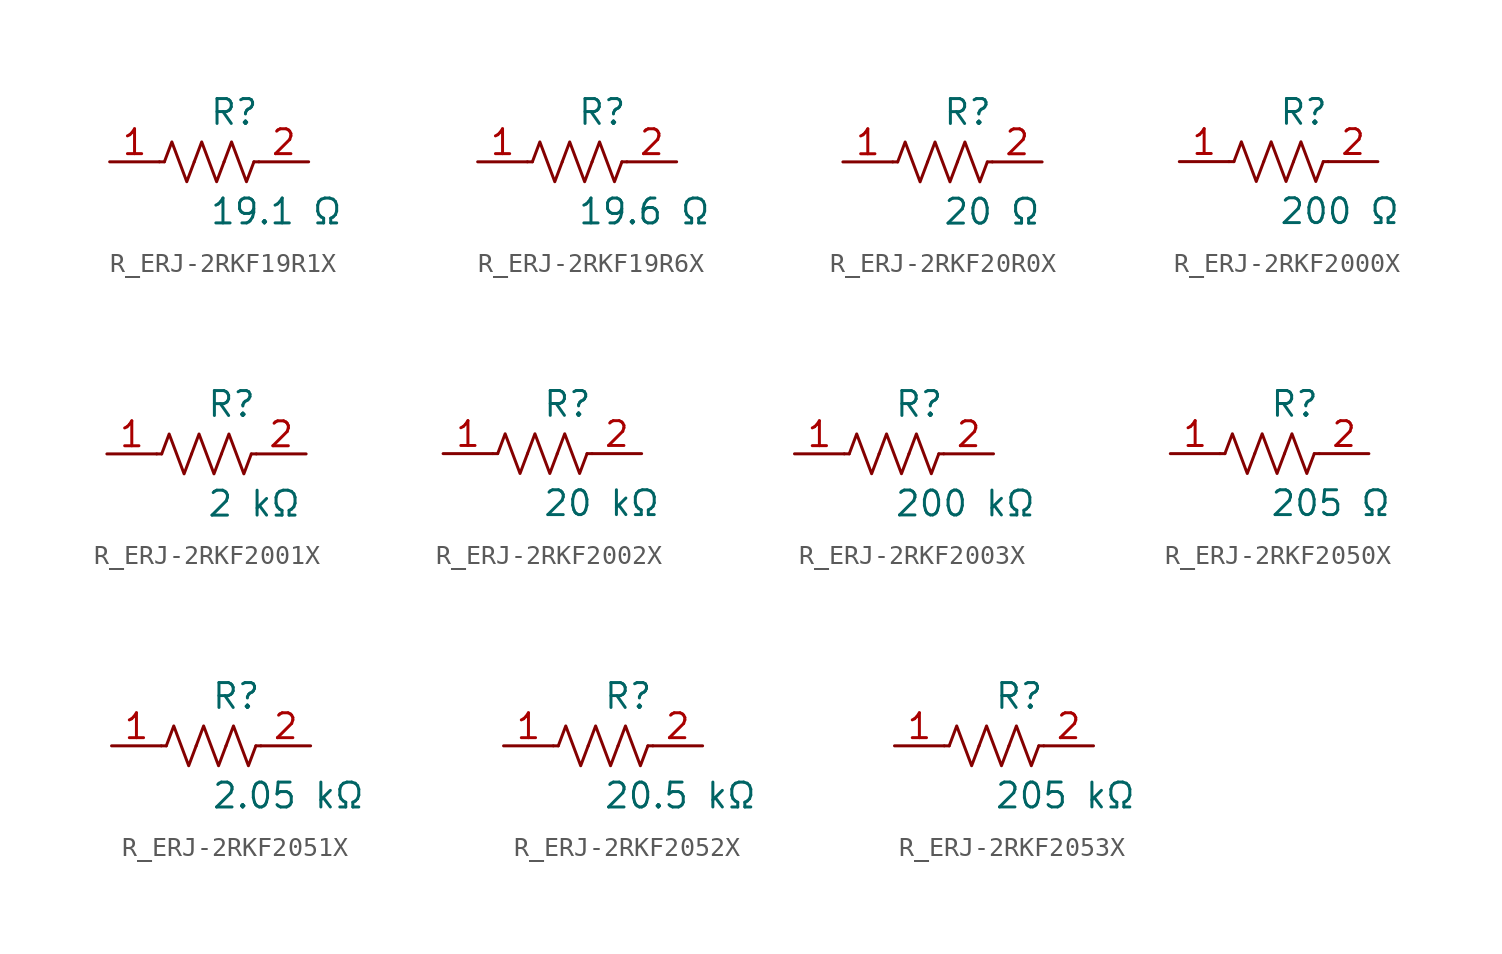
<source format=kicad_sym>
(kicad_symbol_lib
  (version 20231120)
  (generator kicad_symbol_editor)
  (generator_version 8.0)
  (symbol "R_ERJ-2RKF19R1X"
    (pin_names
      (offset 0.254))
    (property "Reference" "R"
      (at 0 2.54 0)
      (effects (font (size 1.27 1.27)) (justify left)))
    (property "Value" "19.1 Ω"
      (at 0 -2.54 0)
      (effects (font (size 1.27 1.27)) (justify left)))
    (symbol "R_ERJ-2RKF19R1X_0_1"
      (polyline (pts (xy 2.286 0) (xy 2.54 0)) (stroke (width 0) (type default)) (fill (type none)))
      (polyline (pts (xy -2.286 0) (xy -2.54 0)) (stroke (width 0) (type default)) (fill (type none)))
      (polyline (pts (xy 0.762 0) (xy 1.143 1.016) (xy 1.524 0) (xy 1.905 -1.016) (xy 2.286 0)) (stroke (width 0) (type default)) (fill (type none)))
      (polyline (pts (xy -0.762 0) (xy -0.381 1.016) (xy 0 0) (xy 0.381 -1.016) (xy 0.762 0)) (stroke (width 0) (type default)) (fill (type none)))
      (polyline (pts (xy -2.286 0) (xy -1.905 1.016) (xy -1.524 0) (xy -1.143 -1.016) (xy -0.762 0)) (stroke (width 0) (type default)) (fill (type none))))
    (pin unspecified line
      (at -5.08 0 0)
      (length 2.54)
      (name "" (effects (font (size 1.27 1.27))))
      (number "1" (effects (font (size 1.27 1.27)))))
    (pin unspecified line
      (at 5.08 0 180)
      (length 2.54)
      (name "" (effects (font (size 1.27 1.27))))
      (number "2" (effects (font (size 1.27 1.27))))))
  (symbol "R_ERJ-2RKF19R6X"
    (pin_names
      (offset 0.254))
    (property "Reference" "R"
      (at 0 2.54 0)
      (effects (font (size 1.27 1.27)) (justify left)))
    (property "Value" "19.6 Ω"
      (at 0 -2.54 0)
      (effects (font (size 1.27 1.27)) (justify left)))
    (symbol "R_ERJ-2RKF19R6X_0_1"
      (polyline (pts (xy 2.286 0) (xy 2.54 0)) (stroke (width 0) (type default)) (fill (type none)))
      (polyline (pts (xy -2.286 0) (xy -2.54 0)) (stroke (width 0) (type default)) (fill (type none)))
      (polyline (pts (xy 0.762 0) (xy 1.143 1.016) (xy 1.524 0) (xy 1.905 -1.016) (xy 2.286 0)) (stroke (width 0) (type default)) (fill (type none)))
      (polyline (pts (xy -0.762 0) (xy -0.381 1.016) (xy 0 0) (xy 0.381 -1.016) (xy 0.762 0)) (stroke (width 0) (type default)) (fill (type none)))
      (polyline (pts (xy -2.286 0) (xy -1.905 1.016) (xy -1.524 0) (xy -1.143 -1.016) (xy -0.762 0)) (stroke (width 0) (type default)) (fill (type none))))
    (pin unspecified line
      (at -5.08 0 0)
      (length 2.54)
      (name "" (effects (font (size 1.27 1.27))))
      (number "1" (effects (font (size 1.27 1.27)))))
    (pin unspecified line
      (at 5.08 0 180)
      (length 2.54)
      (name "" (effects (font (size 1.27 1.27))))
      (number "2" (effects (font (size 1.27 1.27))))))
  (symbol "R_ERJ-2RKF20R0X"
    (pin_names
      (offset 0.254))
    (property "Reference" "R"
      (at 0 2.54 0)
      (effects (font (size 1.27 1.27)) (justify left)))
    (property "Value" "20 Ω"
      (at 0 -2.54 0)
      (effects (font (size 1.27 1.27)) (justify left)))
    (symbol "R_ERJ-2RKF20R0X_0_1"
      (polyline (pts (xy 2.286 0) (xy 2.54 0)) (stroke (width 0) (type default)) (fill (type none)))
      (polyline (pts (xy -2.286 0) (xy -2.54 0)) (stroke (width 0) (type default)) (fill (type none)))
      (polyline (pts (xy 0.762 0) (xy 1.143 1.016) (xy 1.524 0) (xy 1.905 -1.016) (xy 2.286 0)) (stroke (width 0) (type default)) (fill (type none)))
      (polyline (pts (xy -0.762 0) (xy -0.381 1.016) (xy 0 0) (xy 0.381 -1.016) (xy 0.762 0)) (stroke (width 0) (type default)) (fill (type none)))
      (polyline (pts (xy -2.286 0) (xy -1.905 1.016) (xy -1.524 0) (xy -1.143 -1.016) (xy -0.762 0)) (stroke (width 0) (type default)) (fill (type none))))
    (pin unspecified line
      (at -5.08 0 0)
      (length 2.54)
      (name "" (effects (font (size 1.27 1.27))))
      (number "1" (effects (font (size 1.27 1.27)))))
    (pin unspecified line
      (at 5.08 0 180)
      (length 2.54)
      (name "" (effects (font (size 1.27 1.27))))
      (number "2" (effects (font (size 1.27 1.27))))))
  (symbol "R_ERJ-2RKF2000X"
    (pin_names
      (offset 0.254))
    (property "Reference" "R"
      (at 0 2.54 0)
      (effects (font (size 1.27 1.27)) (justify left)))
    (property "Value" "200 Ω"
      (at 0 -2.54 0)
      (effects (font (size 1.27 1.27)) (justify left)))
    (symbol "R_ERJ-2RKF2000X_0_1"
      (polyline (pts (xy 2.286 0) (xy 2.54 0)) (stroke (width 0) (type default)) (fill (type none)))
      (polyline (pts (xy -2.286 0) (xy -2.54 0)) (stroke (width 0) (type default)) (fill (type none)))
      (polyline (pts (xy 0.762 0) (xy 1.143 1.016) (xy 1.524 0) (xy 1.905 -1.016) (xy 2.286 0)) (stroke (width 0) (type default)) (fill (type none)))
      (polyline (pts (xy -0.762 0) (xy -0.381 1.016) (xy 0 0) (xy 0.381 -1.016) (xy 0.762 0)) (stroke (width 0) (type default)) (fill (type none)))
      (polyline (pts (xy -2.286 0) (xy -1.905 1.016) (xy -1.524 0) (xy -1.143 -1.016) (xy -0.762 0)) (stroke (width 0) (type default)) (fill (type none))))
    (pin unspecified line
      (at -5.08 0 0)
      (length 2.54)
      (name "" (effects (font (size 1.27 1.27))))
      (number "1" (effects (font (size 1.27 1.27)))))
    (pin unspecified line
      (at 5.08 0 180)
      (length 2.54)
      (name "" (effects (font (size 1.27 1.27))))
      (number "2" (effects (font (size 1.27 1.27))))))
  (symbol "R_ERJ-2RKF2001X"
    (pin_names
      (offset 0.254))
    (property "Reference" "R"
      (at 0 2.54 0)
      (effects (font (size 1.27 1.27)) (justify left)))
    (property "Value" "2 kΩ"
      (at 0 -2.54 0)
      (effects (font (size 1.27 1.27)) (justify left)))
    (symbol "R_ERJ-2RKF2001X_0_1"
      (polyline (pts (xy 2.286 0) (xy 2.54 0)) (stroke (width 0) (type default)) (fill (type none)))
      (polyline (pts (xy -2.286 0) (xy -2.54 0)) (stroke (width 0) (type default)) (fill (type none)))
      (polyline (pts (xy 0.762 0) (xy 1.143 1.016) (xy 1.524 0) (xy 1.905 -1.016) (xy 2.286 0)) (stroke (width 0) (type default)) (fill (type none)))
      (polyline (pts (xy -0.762 0) (xy -0.381 1.016) (xy 0 0) (xy 0.381 -1.016) (xy 0.762 0)) (stroke (width 0) (type default)) (fill (type none)))
      (polyline (pts (xy -2.286 0) (xy -1.905 1.016) (xy -1.524 0) (xy -1.143 -1.016) (xy -0.762 0)) (stroke (width 0) (type default)) (fill (type none))))
    (pin unspecified line
      (at -5.08 0 0)
      (length 2.54)
      (name "" (effects (font (size 1.27 1.27))))
      (number "1" (effects (font (size 1.27 1.27)))))
    (pin unspecified line
      (at 5.08 0 180)
      (length 2.54)
      (name "" (effects (font (size 1.27 1.27))))
      (number "2" (effects (font (size 1.27 1.27))))))
  (symbol "R_ERJ-2RKF2002X"
    (pin_names
      (offset 0.254))
    (property "Reference" "R"
      (at 0 2.54 0)
      (effects (font (size 1.27 1.27)) (justify left)))
    (property "Value" "20 kΩ"
      (at 0 -2.54 0)
      (effects (font (size 1.27 1.27)) (justify left)))
    (symbol "R_ERJ-2RKF2002X_0_1"
      (polyline (pts (xy 2.286 0) (xy 2.54 0)) (stroke (width 0) (type default)) (fill (type none)))
      (polyline (pts (xy -2.286 0) (xy -2.54 0)) (stroke (width 0) (type default)) (fill (type none)))
      (polyline (pts (xy 0.762 0) (xy 1.143 1.016) (xy 1.524 0) (xy 1.905 -1.016) (xy 2.286 0)) (stroke (width 0) (type default)) (fill (type none)))
      (polyline (pts (xy -0.762 0) (xy -0.381 1.016) (xy 0 0) (xy 0.381 -1.016) (xy 0.762 0)) (stroke (width 0) (type default)) (fill (type none)))
      (polyline (pts (xy -2.286 0) (xy -1.905 1.016) (xy -1.524 0) (xy -1.143 -1.016) (xy -0.762 0)) (stroke (width 0) (type default)) (fill (type none))))
    (pin unspecified line
      (at -5.08 0 0)
      (length 2.54)
      (name "" (effects (font (size 1.27 1.27))))
      (number "1" (effects (font (size 1.27 1.27)))))
    (pin unspecified line
      (at 5.08 0 180)
      (length 2.54)
      (name "" (effects (font (size 1.27 1.27))))
      (number "2" (effects (font (size 1.27 1.27))))))
  (symbol "R_ERJ-2RKF2003X"
    (pin_names
      (offset 0.254))
    (property "Reference" "R"
      (at 0 2.54 0)
      (effects (font (size 1.27 1.27)) (justify left)))
    (property "Value" "200 kΩ"
      (at 0 -2.54 0)
      (effects (font (size 1.27 1.27)) (justify left)))
    (symbol "R_ERJ-2RKF2003X_0_1"
      (polyline (pts (xy 2.286 0) (xy 2.54 0)) (stroke (width 0) (type default)) (fill (type none)))
      (polyline (pts (xy -2.286 0) (xy -2.54 0)) (stroke (width 0) (type default)) (fill (type none)))
      (polyline (pts (xy 0.762 0) (xy 1.143 1.016) (xy 1.524 0) (xy 1.905 -1.016) (xy 2.286 0)) (stroke (width 0) (type default)) (fill (type none)))
      (polyline (pts (xy -0.762 0) (xy -0.381 1.016) (xy 0 0) (xy 0.381 -1.016) (xy 0.762 0)) (stroke (width 0) (type default)) (fill (type none)))
      (polyline (pts (xy -2.286 0) (xy -1.905 1.016) (xy -1.524 0) (xy -1.143 -1.016) (xy -0.762 0)) (stroke (width 0) (type default)) (fill (type none))))
    (pin unspecified line
      (at -5.08 0 0)
      (length 2.54)
      (name "" (effects (font (size 1.27 1.27))))
      (number "1" (effects (font (size 1.27 1.27)))))
    (pin unspecified line
      (at 5.08 0 180)
      (length 2.54)
      (name "" (effects (font (size 1.27 1.27))))
      (number "2" (effects (font (size 1.27 1.27))))))
  (symbol "R_ERJ-2RKF2050X"
    (pin_names
      (offset 0.254))
    (property "Reference" "R"
      (at 0 2.54 0)
      (effects (font (size 1.27 1.27)) (justify left)))
    (property "Value" "205 Ω"
      (at 0 -2.54 0)
      (effects (font (size 1.27 1.27)) (justify left)))
    (symbol "R_ERJ-2RKF2050X_0_1"
      (polyline (pts (xy 2.286 0) (xy 2.54 0)) (stroke (width 0) (type default)) (fill (type none)))
      (polyline (pts (xy -2.286 0) (xy -2.54 0)) (stroke (width 0) (type default)) (fill (type none)))
      (polyline (pts (xy 0.762 0) (xy 1.143 1.016) (xy 1.524 0) (xy 1.905 -1.016) (xy 2.286 0)) (stroke (width 0) (type default)) (fill (type none)))
      (polyline (pts (xy -0.762 0) (xy -0.381 1.016) (xy 0 0) (xy 0.381 -1.016) (xy 0.762 0)) (stroke (width 0) (type default)) (fill (type none)))
      (polyline (pts (xy -2.286 0) (xy -1.905 1.016) (xy -1.524 0) (xy -1.143 -1.016) (xy -0.762 0)) (stroke (width 0) (type default)) (fill (type none))))
    (pin unspecified line
      (at -5.08 0 0)
      (length 2.54)
      (name "" (effects (font (size 1.27 1.27))))
      (number "1" (effects (font (size 1.27 1.27)))))
    (pin unspecified line
      (at 5.08 0 180)
      (length 2.54)
      (name "" (effects (font (size 1.27 1.27))))
      (number "2" (effects (font (size 1.27 1.27))))))
  (symbol "R_ERJ-2RKF2051X"
    (pin_names
      (offset 0.254))
    (property "Reference" "R"
      (at 0 2.54 0)
      (effects (font (size 1.27 1.27)) (justify left)))
    (property "Value" "2.05 kΩ"
      (at 0 -2.54 0)
      (effects (font (size 1.27 1.27)) (justify left)))
    (symbol "R_ERJ-2RKF2051X_0_1"
      (polyline (pts (xy 2.286 0) (xy 2.54 0)) (stroke (width 0) (type default)) (fill (type none)))
      (polyline (pts (xy -2.286 0) (xy -2.54 0)) (stroke (width 0) (type default)) (fill (type none)))
      (polyline (pts (xy 0.762 0) (xy 1.143 1.016) (xy 1.524 0) (xy 1.905 -1.016) (xy 2.286 0)) (stroke (width 0) (type default)) (fill (type none)))
      (polyline (pts (xy -0.762 0) (xy -0.381 1.016) (xy 0 0) (xy 0.381 -1.016) (xy 0.762 0)) (stroke (width 0) (type default)) (fill (type none)))
      (polyline (pts (xy -2.286 0) (xy -1.905 1.016) (xy -1.524 0) (xy -1.143 -1.016) (xy -0.762 0)) (stroke (width 0) (type default)) (fill (type none))))
    (pin unspecified line
      (at -5.08 0 0)
      (length 2.54)
      (name "" (effects (font (size 1.27 1.27))))
      (number "1" (effects (font (size 1.27 1.27)))))
    (pin unspecified line
      (at 5.08 0 180)
      (length 2.54)
      (name "" (effects (font (size 1.27 1.27))))
      (number "2" (effects (font (size 1.27 1.27))))))
  (symbol "R_ERJ-2RKF2052X"
    (pin_names
      (offset 0.254))
    (property "Reference" "R"
      (at 0 2.54 0)
      (effects (font (size 1.27 1.27)) (justify left)))
    (property "Value" "20.5 kΩ"
      (at 0 -2.54 0)
      (effects (font (size 1.27 1.27)) (justify left)))
    (symbol "R_ERJ-2RKF2052X_0_1"
      (polyline (pts (xy 2.286 0) (xy 2.54 0)) (stroke (width 0) (type default)) (fill (type none)))
      (polyline (pts (xy -2.286 0) (xy -2.54 0)) (stroke (width 0) (type default)) (fill (type none)))
      (polyline (pts (xy 0.762 0) (xy 1.143 1.016) (xy 1.524 0) (xy 1.905 -1.016) (xy 2.286 0)) (stroke (width 0) (type default)) (fill (type none)))
      (polyline (pts (xy -0.762 0) (xy -0.381 1.016) (xy 0 0) (xy 0.381 -1.016) (xy 0.762 0)) (stroke (width 0) (type default)) (fill (type none)))
      (polyline (pts (xy -2.286 0) (xy -1.905 1.016) (xy -1.524 0) (xy -1.143 -1.016) (xy -0.762 0)) (stroke (width 0) (type default)) (fill (type none))))
    (pin unspecified line
      (at -5.08 0 0)
      (length 2.54)
      (name "" (effects (font (size 1.27 1.27))))
      (number "1" (effects (font (size 1.27 1.27)))))
    (pin unspecified line
      (at 5.08 0 180)
      (length 2.54)
      (name "" (effects (font (size 1.27 1.27))))
      (number "2" (effects (font (size 1.27 1.27))))))
  (symbol "R_ERJ-2RKF2053X"
    (pin_names
      (offset 0.254))
    (property "Reference" "R"
      (at 0 2.54 0)
      (effects (font (size 1.27 1.27)) (justify left)))
    (property "Value" "205 kΩ"
      (at 0 -2.54 0)
      (effects (font (size 1.27 1.27)) (justify left)))
    (symbol "R_ERJ-2RKF2053X_0_1"
      (polyline (pts (xy 2.286 0) (xy 2.54 0)) (stroke (width 0) (type default)) (fill (type none)))
      (polyline (pts (xy -2.286 0) (xy -2.54 0)) (stroke (width 0) (type default)) (fill (type none)))
      (polyline (pts (xy 0.762 0) (xy 1.143 1.016) (xy 1.524 0) (xy 1.905 -1.016) (xy 2.286 0)) (stroke (width 0) (type default)) (fill (type none)))
      (polyline (pts (xy -0.762 0) (xy -0.381 1.016) (xy 0 0) (xy 0.381 -1.016) (xy 0.762 0)) (stroke (width 0) (type default)) (fill (type none)))
      (polyline (pts (xy -2.286 0) (xy -1.905 1.016) (xy -1.524 0) (xy -1.143 -1.016) (xy -0.762 0)) (stroke (width 0) (type default)) (fill (type none))))
    (pin unspecified line
      (at -5.08 0 0)
      (length 2.54)
      (name "" (effects (font (size 1.27 1.27))))
      (number "1" (effects (font (size 1.27 1.27)))))
    (pin unspecified line
      (at 5.08 0 180)
      (length 2.54)
      (name "" (effects (font (size 1.27 1.27))))
      (number "2" (effects (font (size 1.27 1.27)))))))
</source>
